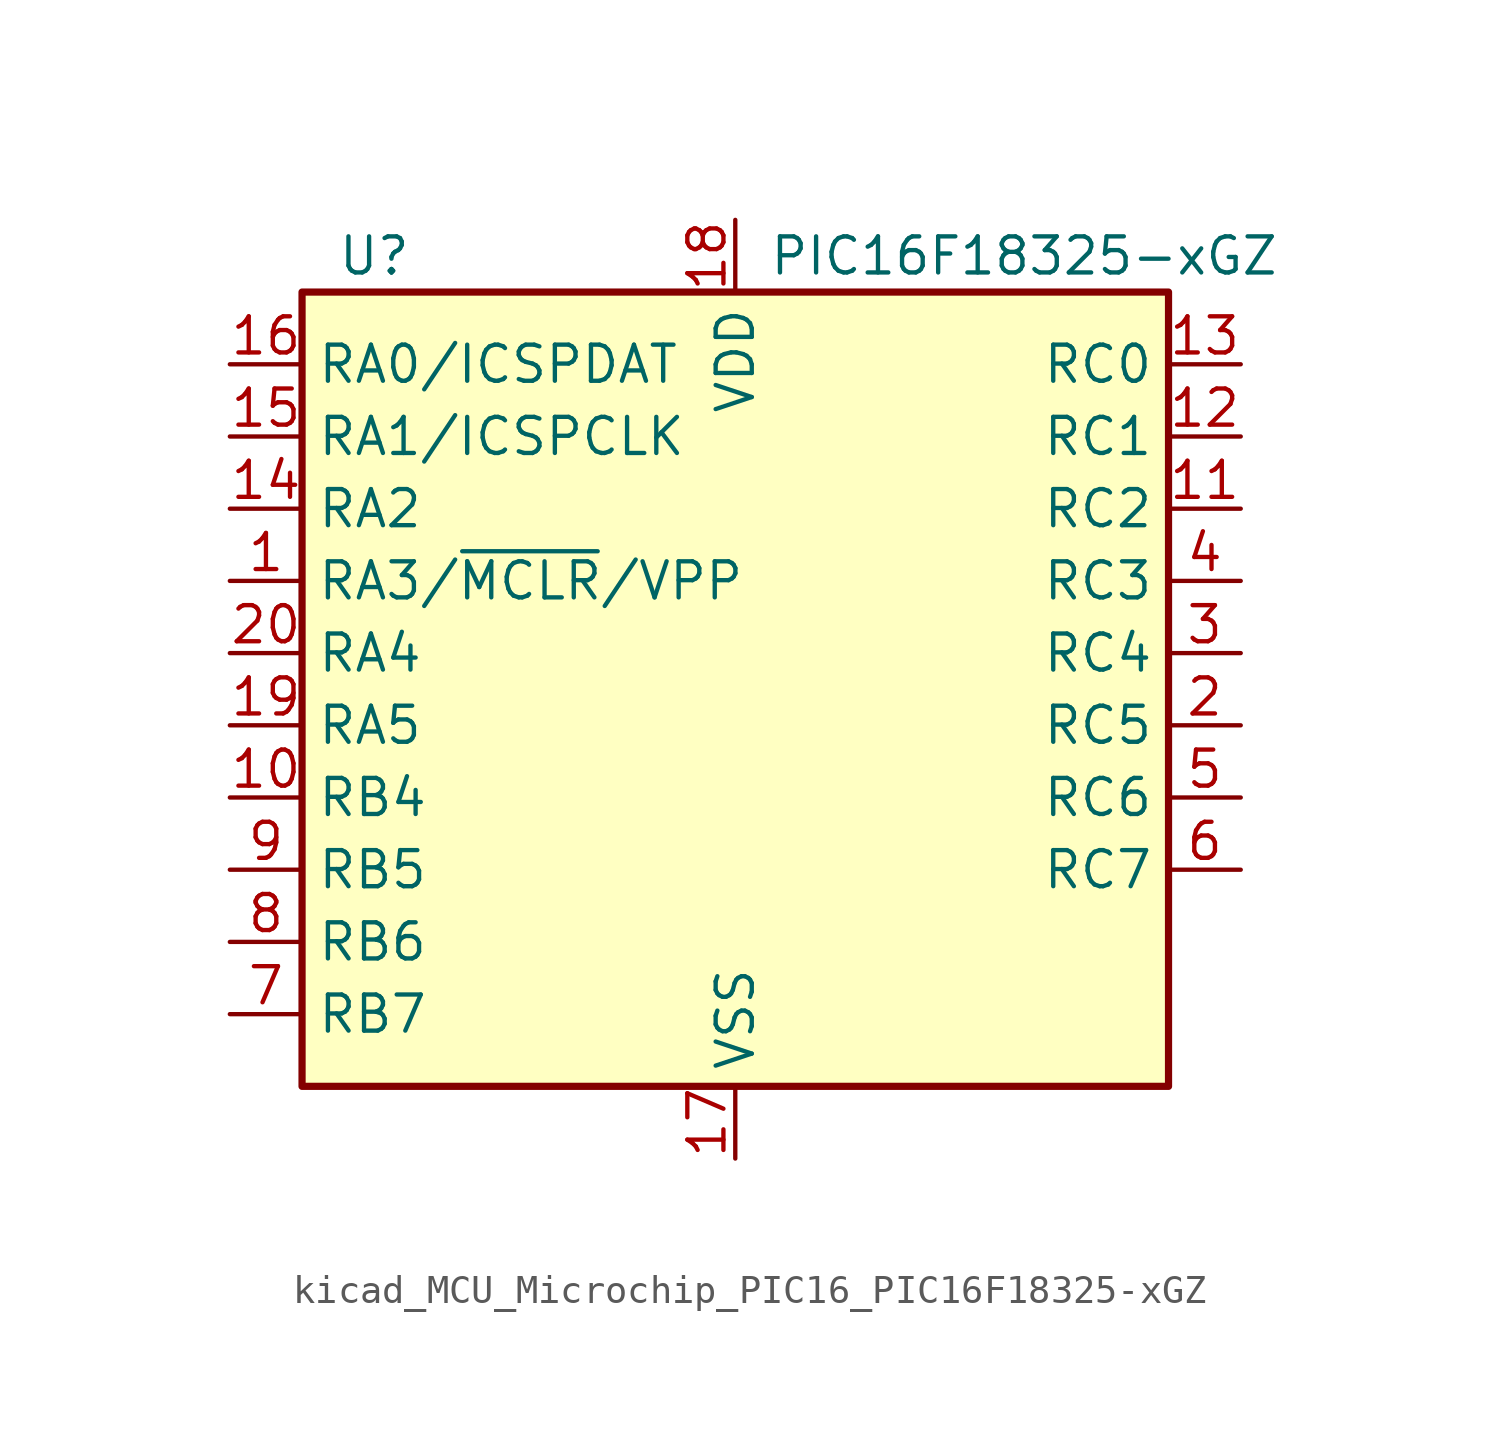
<source format=kicad_sym>
(kicad_symbol_lib
  (version 20220914)
  (generator kicad_symbol_editor)
  (symbol "kicad_MCU_Microchip_PIC16_PIC16F18325-xGZ"
    (property "Reference" "U"
      (at -12.7 13.97 0)
      (effects (font (size 1.27 1.27))))
    (property "Value" "PIC16F18325-xGZ"
      (at 10.16 13.97 0)
      (effects (font (size 1.27 1.27))))
    (symbol "kicad_MCU_Microchip_PIC16_PIC16F18325-xGZ_1_1"
      (rectangle (start -15.24 12.7) (end 15.24 -15.24) (stroke (width 0.254) (type default)) (fill (type background)))
      (pin bidirectional line (at -17.78 2.54 0) (length 2.54) (name "RA3/~{MCLR}/VPP" (effects (font (size 1.27 1.27)))) (number "1" (effects (font (size 1.27 1.27)))))
      (pin bidirectional line (at -17.78 -5.08 0) (length 2.54) (name "RB4" (effects (font (size 1.27 1.27)))) (number "10" (effects (font (size 1.27 1.27)))))
      (pin bidirectional line (at 17.78 5.08 180) (length 2.54) (name "RC2" (effects (font (size 1.27 1.27)))) (number "11" (effects (font (size 1.27 1.27)))))
      (pin bidirectional line (at 17.78 7.62 180) (length 2.54) (name "RC1" (effects (font (size 1.27 1.27)))) (number "12" (effects (font (size 1.27 1.27)))))
      (pin bidirectional line (at 17.78 10.16 180) (length 2.54) (name "RC0" (effects (font (size 1.27 1.27)))) (number "13" (effects (font (size 1.27 1.27)))))
      (pin bidirectional line (at -17.78 5.08 0) (length 2.54) (name "RA2" (effects (font (size 1.27 1.27)))) (number "14" (effects (font (size 1.27 1.27)))))
      (pin bidirectional line (at -17.78 7.62 0) (length 2.54) (name "RA1/ICSPCLK" (effects (font (size 1.27 1.27)))) (number "15" (effects (font (size 1.27 1.27)))))
      (pin bidirectional line (at -17.78 10.16 0) (length 2.54) (name "RA0/ICSPDAT" (effects (font (size 1.27 1.27)))) (number "16" (effects (font (size 1.27 1.27)))))
      (pin power_in line (at 0 -17.78 90) (length 2.54) (name "VSS" (effects (font (size 1.27 1.27)))) (number "17" (effects (font (size 1.27 1.27)))))
      (pin power_in line (at 0 15.24 270) (length 2.54) (name "VDD" (effects (font (size 1.27 1.27)))) (number "18" (effects (font (size 1.27 1.27)))))
      (pin bidirectional line (at -17.78 -2.54 0) (length 2.54) (name "RA5" (effects (font (size 1.27 1.27)))) (number "19" (effects (font (size 1.27 1.27)))))
      (pin bidirectional line (at 17.78 -2.54 180) (length 2.54) (name "RC5" (effects (font (size 1.27 1.27)))) (number "2" (effects (font (size 1.27 1.27)))))
      (pin bidirectional line (at -17.78 0 0) (length 2.54) (name "RA4" (effects (font (size 1.27 1.27)))) (number "20" (effects (font (size 1.27 1.27)))))
      (pin passive line (at 0 -17.78 90) (length 2.54) hide (name "VSS" (effects (font (size 1.27 1.27)))) (number "21" (effects (font (size 1.27 1.27)))))
      (pin bidirectional line (at 17.78 0 180) (length 2.54) (name "RC4" (effects (font (size 1.27 1.27)))) (number "3" (effects (font (size 1.27 1.27)))))
      (pin bidirectional line (at 17.78 2.54 180) (length 2.54) (name "RC3" (effects (font (size 1.27 1.27)))) (number "4" (effects (font (size 1.27 1.27)))))
      (pin bidirectional line (at 17.78 -5.08 180) (length 2.54) (name "RC6" (effects (font (size 1.27 1.27)))) (number "5" (effects (font (size 1.27 1.27)))))
      (pin bidirectional line (at 17.78 -7.62 180) (length 2.54) (name "RC7" (effects (font (size 1.27 1.27)))) (number "6" (effects (font (size 1.27 1.27)))))
      (pin bidirectional line (at -17.78 -12.7 0) (length 2.54) (name "RB7" (effects (font (size 1.27 1.27)))) (number "7" (effects (font (size 1.27 1.27)))))
      (pin bidirectional line (at -17.78 -10.16 0) (length 2.54) (name "RB6" (effects (font (size 1.27 1.27)))) (number "8" (effects (font (size 1.27 1.27)))))
      (pin bidirectional line (at -17.78 -7.62 0) (length 2.54) (name "RB5" (effects (font (size 1.27 1.27)))) (number "9" (effects (font (size 1.27 1.27))))))))
</source>
